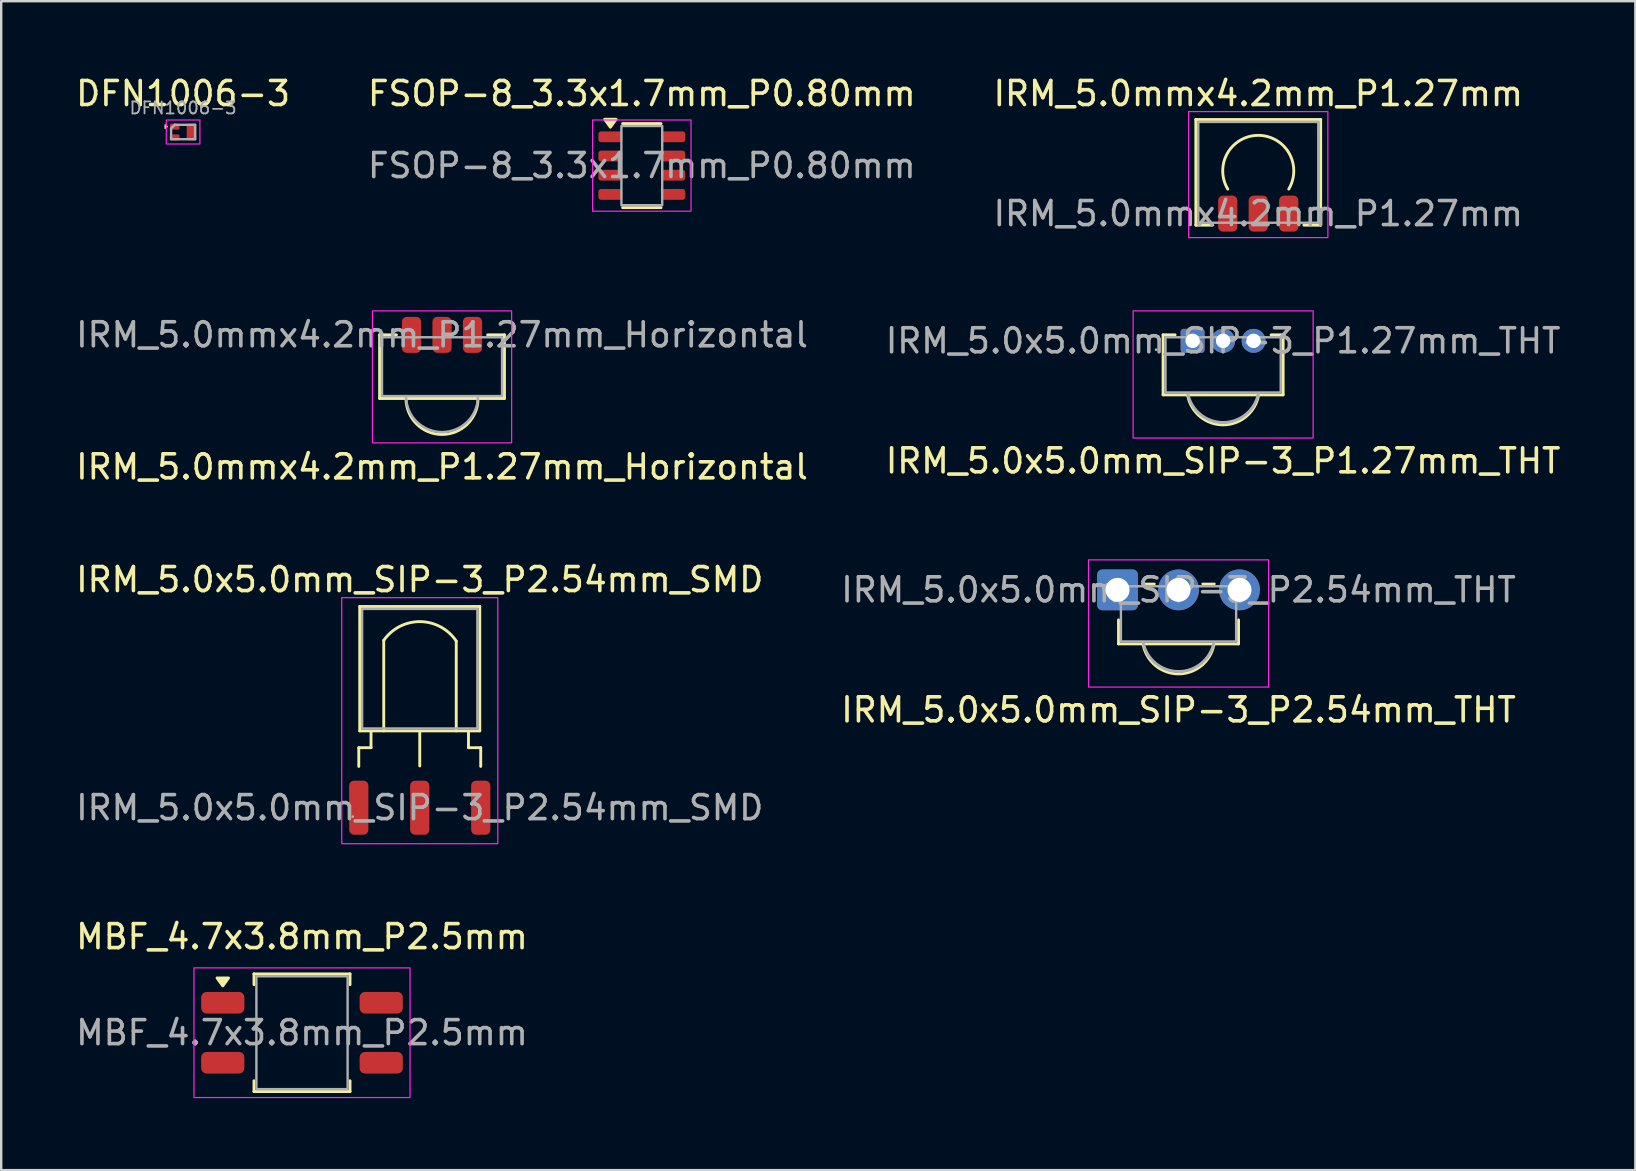
<source format=kicad_pcb>
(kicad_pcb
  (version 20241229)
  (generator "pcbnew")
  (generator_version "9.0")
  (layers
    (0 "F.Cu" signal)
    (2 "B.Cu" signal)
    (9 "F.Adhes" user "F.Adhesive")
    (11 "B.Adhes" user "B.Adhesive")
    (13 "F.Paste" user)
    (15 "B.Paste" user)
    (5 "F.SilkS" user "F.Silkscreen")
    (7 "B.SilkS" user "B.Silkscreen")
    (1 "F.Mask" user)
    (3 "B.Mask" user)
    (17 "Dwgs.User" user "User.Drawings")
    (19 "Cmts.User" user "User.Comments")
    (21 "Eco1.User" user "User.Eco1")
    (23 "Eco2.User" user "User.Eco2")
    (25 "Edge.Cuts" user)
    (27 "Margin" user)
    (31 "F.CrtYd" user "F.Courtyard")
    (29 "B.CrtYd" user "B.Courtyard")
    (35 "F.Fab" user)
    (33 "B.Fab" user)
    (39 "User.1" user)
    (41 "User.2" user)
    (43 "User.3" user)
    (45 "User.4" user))
  (footprint "IRM_5.0x5.0mm_SIP-3_P2.54mm_SMD"
    (layer "F.Cu")
    (at 14.435 30.595)
    (property "Reference" "IRM_5.0x5.0mm_SIP-3_P2.54mm_SMD" (at 0 -9.5 0) (layer "F.SilkS") (effects (font (size 1 1) (thickness 0.15))))
    (attr smd)
    (fp_line (start -2.54 -2.5) (end -2.03 -2.5) (stroke (width 0.12) (type solid)) (layer "F.SilkS"))
    (fp_line (start -2.54 -1.72) (end -2.54 -2.5) (stroke (width 0.12) (type solid)) (layer "F.SilkS"))
    (fp_line (start -2.5 -8.38) (end 2.5 -8.38) (stroke (width 0.12) (type solid)) (layer "F.SilkS"))
    (fp_line (start -2.5 -3.2) (end -2.5 -8.38) (stroke (width 0.12) (type solid)) (layer "F.SilkS"))
    (fp_line (start -2.03 -2.5) (end -2.03 -3.13) (stroke (width 0.12) (type solid)) (layer "F.SilkS"))
    (fp_line (start -1.5 -6.97) (end -1.5 -3.2) (stroke (width 0.12) (type solid)) (layer "F.SilkS"))
    (fp_line (start 0 -1.74) (end 0 -3.13) (stroke (width 0.12) (type solid)) (layer "F.SilkS"))
    (fp_line (start 1.52 -6.94) (end 1.52 -3.2) (stroke (width 0.12) (type solid)) (layer "F.SilkS"))
    (fp_line (start 2.03 -2.5) (end 2.03 -3.13) (stroke (width 0.12) (type solid)) (layer "F.SilkS"))
    (fp_line (start 2.5 -8.38) (end 2.5 -3.2) (stroke (width 0.12) (type solid)) (layer "F.SilkS"))
    (fp_line (start 2.5 -3.2) (end -2.5 -3.2) (stroke (width 0.12) (type solid)) (layer "F.SilkS"))
    (fp_line (start 2.54 -2.5) (end 2.03 -2.5) (stroke (width 0.12) (type solid)) (layer "F.SilkS"))
    (fp_line (start 2.54 -1.72) (end 2.54 -2.5) (stroke (width 0.12) (type solid)) (layer "F.SilkS"))
    (fp_arc (start -1.5 -6.97) (mid 0.019079 -7.750884) (end 1.521555 -6.938514) (stroke (width 0.12) (type solid)) (layer "F.SilkS"))
    (fp_rect (start -3.25 -8.75) (end 3.25 1.5) (stroke (width 0.05) (type default)) (fill no) (layer "F.CrtYd"))
    (fp_rect (start -2.4 -8.28) (end 2.4 -3.3) (stroke (width 0.1) (type default)) (fill no) (layer "F.Fab"))
    (fp_circle (center -2.79 0.37) (end -2.76 0.37) (stroke (width 0.06) (type solid)) (fill no) (layer "F.Fab"))
    (fp_text user "${REFERENCE}" (at 0 0 0) (layer "F.Fab") (effects (font (size 1 1) (thickness 0.15))))
    (pad "1" smd roundrect (at -2.54 0) (size 0.8 2.25) (layers "F.Cu" "F.Mask" "F.Paste") (roundrect_rratio 0.25))
    (pad "2" smd roundrect (at 0 0) (size 0.8 2.25) (layers "F.Cu" "F.Mask" "F.Paste") (roundrect_rratio 0.25))
    (pad "3" smd roundrect (at 2.54 0) (size 0.8 2.25) (layers "F.Cu" "F.Mask" "F.Paste") (roundrect_rratio 0.25)))
  (footprint "IRM_5.0mmx4.2mm_P1.27mm"
    (layer "F.Cu")
    (at 49.363 5.848)
    (property "Reference" "IRM_5.0mmx4.2mm_P1.27mm" (at 0 -5 0) (layer "F.SilkS") (effects (font (size 1 1) (thickness 0.15))))
    (attr smd)
    (fp_line (start -2.6 -3.92) (end -2.6 0.48) (stroke (width 0.12) (type solid)) (layer "F.SilkS"))
    (fp_line (start -2.6 0.48) (end -1.9 0.48) (stroke (width 0.12) (type solid)) (layer "F.SilkS"))
    (fp_line (start 1.9 0.48) (end 2.6 0.48) (stroke (width 0.12) (type solid)) (layer "F.SilkS"))
    (fp_line (start 2.6 -3.92) (end -2.6 -3.92) (stroke (width 0.12) (type solid)) (layer "F.SilkS"))
    (fp_line (start 2.6 0.48) (end 2.6 -3.92) (stroke (width 0.12) (type solid)) (layer "F.SilkS"))
    (fp_arc (start -1.27 -1.02) (mid -0.000061 -3.260034) (end 1.270063 -1.020105) (stroke (width 0.12) (type solid)) (layer "F.SilkS"))
    (fp_rect (start -2.9 -4.25) (end 2.9 1) (stroke (width 0.05) (type default)) (fill no) (layer "F.CrtYd"))
    (fp_rect (start -2.5 -3.82) (end 2.5 0.38) (stroke (width 0.1) (type default)) (fill no) (layer "F.Fab"))
    (fp_circle (center -2.51 0.43) (end -2.48 0.43) (stroke (width 0.06) (type solid)) (fill no) (layer "F.Fab"))
    (fp_text user "${REFERENCE}" (at 0 0 0) (layer "F.Fab") (effects (font (size 1 1) (thickness 0.15))))
    (pad "1" smd roundrect (at -1.27 0) (size 0.8 1.5) (layers "F.Cu" "F.Mask" "F.Paste") (roundrect_rratio 0.25))
    (pad "2" smd roundrect (at 0 0) (size 0.8 1.5) (layers "F.Cu" "F.Mask" "F.Paste") (roundrect_rratio 0.25))
    (pad "3" smd roundrect (at 1.27 0) (size 0.8 1.5) (layers "F.Cu" "F.Mask" "F.Paste") (roundrect_rratio 0.25)))
  (footprint "DFN1006-3"
    (layer "F.Cu")
    (at 4.577 2.448)
    (property "Reference" "DFN1006-3" (at 0 -1.6 0) (layer "F.SilkS") (effects (font (size 1 1) (thickness 0.15))))
    (attr smd)
    (fp_poly (pts (xy -0.65 -0.225) (xy -0.75 -0.3) (xy -0.75 -0.15)) (stroke (width 0.05) (type solid)) (fill yes) (layer "F.SilkS"))
    (fp_rect (start -0.7 -0.5) (end 0.7 0.5) (stroke (width 0.05) (type default)) (fill no) (layer "F.CrtYd"))
    (fp_line (start -0.5 0.3) (end -0.5 -0.15) (stroke (width 0.1) (type solid)) (layer "F.Fab"))
    (fp_line (start -0.35 -0.3) (end -0.5 -0.15) (stroke (width 0.1) (type solid)) (layer "F.Fab"))
    (fp_line (start -0.35 -0.3) (end 0.5 -0.3) (stroke (width 0.1) (type solid)) (layer "F.Fab"))
    (fp_line (start 0.5 -0.3) (end 0.5 0.3) (stroke (width 0.1) (type solid)) (layer "F.Fab"))
    (fp_line (start 0.5 0.3) (end -0.5 0.3) (stroke (width 0.1) (type solid)) (layer "F.Fab"))
    (fp_text user "${REFERENCE}" (at 0 -1 0) (layer "F.Fab") (effects (font (size 0.5 0.5) (thickness 0.075))))
    (pad "1" smd roundrect (at -0.35 -0.225 270) (size 0.25 0.4) (layers "F.Cu" "F.Mask" "F.Paste") (roundrect_rratio 0.2))
    (pad "2" smd roundrect (at -0.35 0.225 270) (size 0.25 0.4) (layers "F.Cu" "F.Mask" "F.Paste") (roundrect_rratio 0.2))
    (pad "3" smd roundrect (at 0.35 0 270) (size 0.7 0.4) (layers "F.Cu" "F.Mask" "F.Paste") (roundrect_rratio 0.2)))
  (footprint "IRM_5.0mmx4.2mm_P1.27mm_Horizontal"
    (layer "F.Cu")
    (at 15.363 10.898)
    (property "Reference" "IRM_5.0mmx4.2mm_P1.27mm_Horizontal" (at 0 5.5 0) (layer "F.SilkS") (effects (font (size 1 1) (thickness 0.15))))
    (attr smd)
    (fp_line (start -2.6 0) (end -2.6 2.65) (stroke (width 0.12) (type default)) (layer "F.SilkS"))
    (fp_line (start -2.6 0) (end -1.9 0) (stroke (width 0.12) (type solid)) (layer "F.SilkS"))
    (fp_line (start -2.6 2.65) (end 2.6 2.65) (stroke (width 0.12) (type default)) (layer "F.SilkS"))
    (fp_line (start 1.9 0) (end 2.6 0) (stroke (width 0.12) (type solid)) (layer "F.SilkS"))
    (fp_line (start 2.6 0) (end 2.6 2.65) (stroke (width 0.12) (type default)) (layer "F.SilkS"))
    (fp_arc (start 1.5 2.65) (mid 0 4.15) (end -1.5 2.65) (stroke (width 0.12) (type default)) (layer "F.SilkS"))
    (fp_rect (start -2.9 -1) (end 2.9 4.5) (stroke (width 0.05) (type default)) (fill no) (layer "F.CrtYd"))
    (fp_rect (start -2.5 0.1) (end 2.5 2.55) (stroke (width 0.1) (type default)) (fill no) (layer "F.Fab"))
    (fp_arc (start 1.5 2.55) (mid 0 4.05) (end -1.5 2.55) (stroke (width 0.1) (type default)) (layer "F.Fab"))
    (fp_circle (center -2.51 0.43) (end -2.48 0.43) (stroke (width 0.06) (type solid)) (fill no) (layer "F.Fab"))
    (fp_text user "${REFERENCE}" (at 0 0 0) (layer "F.Fab") (effects (font (size 1 1) (thickness 0.15))))
    (pad "1" smd roundrect (at -1.27 0) (size 0.8 1.5) (layers "F.Cu" "F.Mask" "F.Paste") (roundrect_rratio 0.25))
    (pad "2" smd roundrect (at 0 0) (size 0.8 1.5) (layers "F.Cu" "F.Mask" "F.Paste") (roundrect_rratio 0.25))
    (pad "3" smd roundrect (at 1.27 0) (size 0.8 1.5) (layers "F.Cu" "F.Mask" "F.Paste") (roundrect_rratio 0.25)))
  (footprint "IRM_5.0x5.0mm_SIP-3_P2.54mm_THT"
    (layer "F.Cu")
    (at 46.042 21.521)
    (property "Reference" "IRM_5.0x5.0mm_SIP-3_P2.54mm_THT" (at 0 5 0) (layer "F.SilkS") (effects (font (size 1 1) (thickness 0.15))))
    (attr smd)
    (fp_line (start -2.5 2.25) (end -2.5 1.25) (stroke (width 0.12) (type solid)) (layer "F.SilkS"))
    (fp_line (start -2.5 2.25) (end 2.5 2.25) (stroke (width 0.12) (type default)) (layer "F.SilkS"))
    (fp_line (start -1.5 -0.25) (end -1 -0.25) (stroke (width 0.1) (type default)) (layer "F.SilkS"))
    (fp_line (start 1 -0.25) (end 1.5 -0.25) (stroke (width 0.1) (type default)) (layer "F.SilkS"))
    (fp_line (start 2.5 1.25) (end 2.5 2.25) (stroke (width 0.12) (type solid)) (layer "F.SilkS"))
    (fp_arc (start 1.47087 2.294174) (mid -0.000001 3.5) (end -1.470872 2.294174) (stroke (width 0.12) (type default)) (layer "F.SilkS"))
    (fp_rect (start -3.75 -1.25) (end 3.75 4.05) (stroke (width 0.05) (type default)) (fill no) (layer "F.CrtYd"))
    (fp_rect (start -2.4 -0.15) (end 2.4 2.15) (stroke (width 0.1) (type default)) (fill no) (layer "F.Fab"))
    (fp_arc (start 1.47087 2.194174) (mid -0.000001 3.4) (end -1.470872 2.194174) (stroke (width 0.12) (type default)) (layer "F.Fab"))
    (fp_circle (center -2.79 0.37) (end -2.76 0.37) (stroke (width 0.06) (type solid)) (fill no) (layer "F.Fab"))
    (fp_text user "${REFERENCE}" (at 0 0 0) (layer "F.Fab") (effects (font (size 1 1) (thickness 0.15))))
    (pad "1" thru_hole roundrect (at -2.54 0) (size 1.7 1.7) (drill 1) (layers "*.Cu" "F.Mask" "F.Paste") (roundrect_rratio 0.125))
    (pad "2" thru_hole circle (at 0 0) (size 1.7 1.7) (drill 1) (layers "*.Cu" "F.Mask" "F.Paste"))
    (pad "3" thru_hole circle (at 2.54 0) (size 1.7 1.7) (drill 1) (layers "*.Cu" "F.Mask" "F.Paste")))
  (footprint "MBF_4.7x3.8mm_P2.5mm"
    (layer "F.Cu")
    (at 9.53 39.968)
    (property "Reference" "MBF_4.7x3.8mm_P2.5mm" (at 0 -4 0) (layer "F.SilkS") (effects (font (size 1 1) (thickness 0.15))))
    (attr smd)
    (fp_line (start -2 -2.45) (end -2 -2) (stroke (width 0.12) (type default)) (layer "F.SilkS"))
    (fp_line (start -2 -2.45) (end 2 -2.45) (stroke (width 0.12) (type default)) (layer "F.SilkS"))
    (fp_line (start -2 2.45) (end -2 2) (stroke (width 0.12) (type default)) (layer "F.SilkS"))
    (fp_line (start -2 2.45) (end 2 2.45) (stroke (width 0.12) (type default)) (layer "F.SilkS"))
    (fp_line (start 2 -2.45) (end 2 -2) (stroke (width 0.12) (type default)) (layer "F.SilkS"))
    (fp_line (start 2 2.45) (end 2 2) (stroke (width 0.12) (type default)) (layer "F.SilkS"))
    (fp_poly (pts (xy -3.3 -1.95) (xy -3.54 -2.28) (xy -3.06 -2.28) (xy -3.3 -1.95)) (stroke (width 0.12) (type solid)) (fill yes) (layer "F.SilkS"))
    (fp_rect (start -4.5 -2.7) (end 4.5 2.7) (stroke (width 0.05) (type default)) (fill no) (layer "F.CrtYd"))
    (fp_rect (start -1.9 -2.35) (end 1.9 2.35) (stroke (width 0.1) (type default)) (fill no) (layer "F.Fab"))
    (fp_text user "${REFERENCE}" (at 0 0 0) (layer "F.Fab") (effects (font (size 1 1) (thickness 0.15))))
    (pad "1" smd roundrect (at -3.3 -1.25 180) (size 1.8 0.9) (layers "F.Cu" "F.Mask" "F.Paste") (roundrect_rratio 0.25))
    (pad "2" smd roundrect (at -3.3 1.25 180) (size 1.8 0.9) (layers "F.Cu" "F.Mask" "F.Paste") (roundrect_rratio 0.25))
    (pad "3" smd roundrect (at 3.3 1.25 180) (size 1.8 0.9) (layers "F.Cu" "F.Mask" "F.Paste") (roundrect_rratio 0.25))
    (pad "4" smd roundrect (at 3.3 -1.25 180) (size 1.8 0.9) (layers "F.Cu" "F.Mask" "F.Paste") (roundrect_rratio 0.25)))
  (footprint "IRM_5.0x5.0mm_SIP-3_P1.27mm_THT"
    (layer "F.Cu")
    (at 47.899 11.148)
    (property "Reference" "IRM_5.0x5.0mm_SIP-3_P1.27mm_THT" (at 0 5 0) (layer "F.SilkS") (effects (font (size 1 1) (thickness 0.15))))
    (attr smd)
    (fp_line (start -2.5 -0.25) (end -2 -0.25) (stroke (width 0.12) (type default)) (layer "F.SilkS"))
    (fp_line (start -2.5 2.25) (end -2.5 -0.25) (stroke (width 0.12) (type solid)) (layer "F.SilkS"))
    (fp_line (start -2.5 2.25) (end 2.5 2.25) (stroke (width 0.12) (type default)) (layer "F.SilkS"))
    (fp_line (start 2 -0.25) (end 2.5 -0.25) (stroke (width 0.12) (type default)) (layer "F.SilkS"))
    (fp_line (start 2.5 -0.25) (end 2.5 2.25) (stroke (width 0.12) (type solid)) (layer "F.SilkS"))
    (fp_arc (start 1.47087 2.294174) (mid -0.000001 3.5) (end -1.470872 2.294174) (stroke (width 0.12) (type default)) (layer "F.SilkS"))
    (fp_rect (start -3.75 -1.25) (end 3.75 4.05) (stroke (width 0.05) (type default)) (fill no) (layer "F.CrtYd"))
    (fp_rect (start -2.4 -0.15) (end 2.4 2.15) (stroke (width 0.1) (type default)) (fill no) (layer "F.Fab"))
    (fp_arc (start 1.47087 2.194174) (mid -0.000001 3.4) (end -1.470872 2.194174) (stroke (width 0.12) (type default)) (layer "F.Fab"))
    (fp_circle (center -2.79 0.37) (end -2.76 0.37) (stroke (width 0.06) (type solid)) (fill no) (layer "F.Fab"))
    (fp_text user "${REFERENCE}" (at 0 0 0) (layer "F.Fab") (effects (font (size 1 1) (thickness 0.15))))
    (pad "1" thru_hole roundrect (at -1.27 0) (size 1 1) (drill 0.6) (layers "*.Cu" "*.Mask") (roundrect_rratio 0.125))
    (pad "2" thru_hole circle (at 0 0) (size 1 1) (drill 0.6) (layers "*.Cu" "*.Mask"))
    (pad "3" thru_hole circle (at 1.27 0) (size 1 1) (drill 0.6) (layers "*.Cu" "*.Mask")))
  (footprint "FSOP-8_3.3x1.7mm_P0.80mm"
    (layer "F.Cu")
    (at 23.685 3.848)
    (property "Reference" "FSOP-8_3.3x1.7mm_P0.80mm" (at 0 -3 0) (layer "F.SilkS") (effects (font (size 1 1) (thickness 0.15))))
    (attr smd)
    (fp_line (start 0.8 -1.75) (end -0.8 -1.75) (stroke (width 0.12) (type solid)) (layer "F.SilkS"))
    (fp_line (start 0.8 1.75) (end -0.8 1.75) (stroke (width 0.12) (type solid)) (layer "F.SilkS"))
    (fp_poly (pts (xy -1.31 -1.6) (xy -1.55 -1.93) (xy -1.07 -1.93) (xy -1.31 -1.6)) (stroke (width 0.12) (type solid)) (fill yes) (layer "F.SilkS"))
    (fp_rect (start -2.05 -1.9) (end 2.05 1.9) (stroke (width 0.05) (type default)) (fill no) (layer "F.CrtYd"))
    (fp_rect (start -0.85 -1.65) (end 0.85 1.65) (stroke (width 0.1) (type default)) (fill no) (layer "F.Fab"))
    (fp_text user "${REFERENCE}" (at 0 0 0) (layer "F.Fab") (effects (font (size 1 1) (thickness 0.15))))
    (pad "1" smd roundrect (at -1.31 -1.2 90) (size 0.45 1) (layers "F.Cu" "F.Mask" "F.Paste") (roundrect_rratio 0.25))
    (pad "2" smd roundrect (at -1.31 -0.4 90) (size 0.45 1) (layers "F.Cu" "F.Mask" "F.Paste") (roundrect_rratio 0.25))
    (pad "3" smd roundrect (at -1.31 0.4 90) (size 0.45 1) (layers "F.Cu" "F.Mask" "F.Paste") (roundrect_rratio 0.25))
    (pad "4" smd roundrect (at -1.31 1.2 90) (size 0.45 1) (layers "F.Cu" "F.Mask" "F.Paste") (roundrect_rratio 0.25))
    (pad "5" smd roundrect (at 1.31 1.2 90) (size 0.45 1) (layers "F.Cu" "F.Mask" "F.Paste") (roundrect_rratio 0.25))
    (pad "6" smd roundrect (at 1.31 0.4 90) (size 0.45 1) (layers "F.Cu" "F.Mask" "F.Paste") (roundrect_rratio 0.25))
    (pad "7" smd roundrect (at 1.31 -0.4 90) (size 0.45 1) (layers "F.Cu" "F.Mask" "F.Paste") (roundrect_rratio 0.25))
    (pad "8" smd roundrect (at 1.31 -1.2 90) (size 0.45 1) (layers "F.Cu" "F.Mask" "F.Paste") (roundrect_rratio 0.25)))
  (gr_rect
    (start -3 -3)
    (end 65.071 45.693)
    (stroke (width 0.1) (type default))
    (fill no)
    (layer "Edge.Cuts")))
</source>
